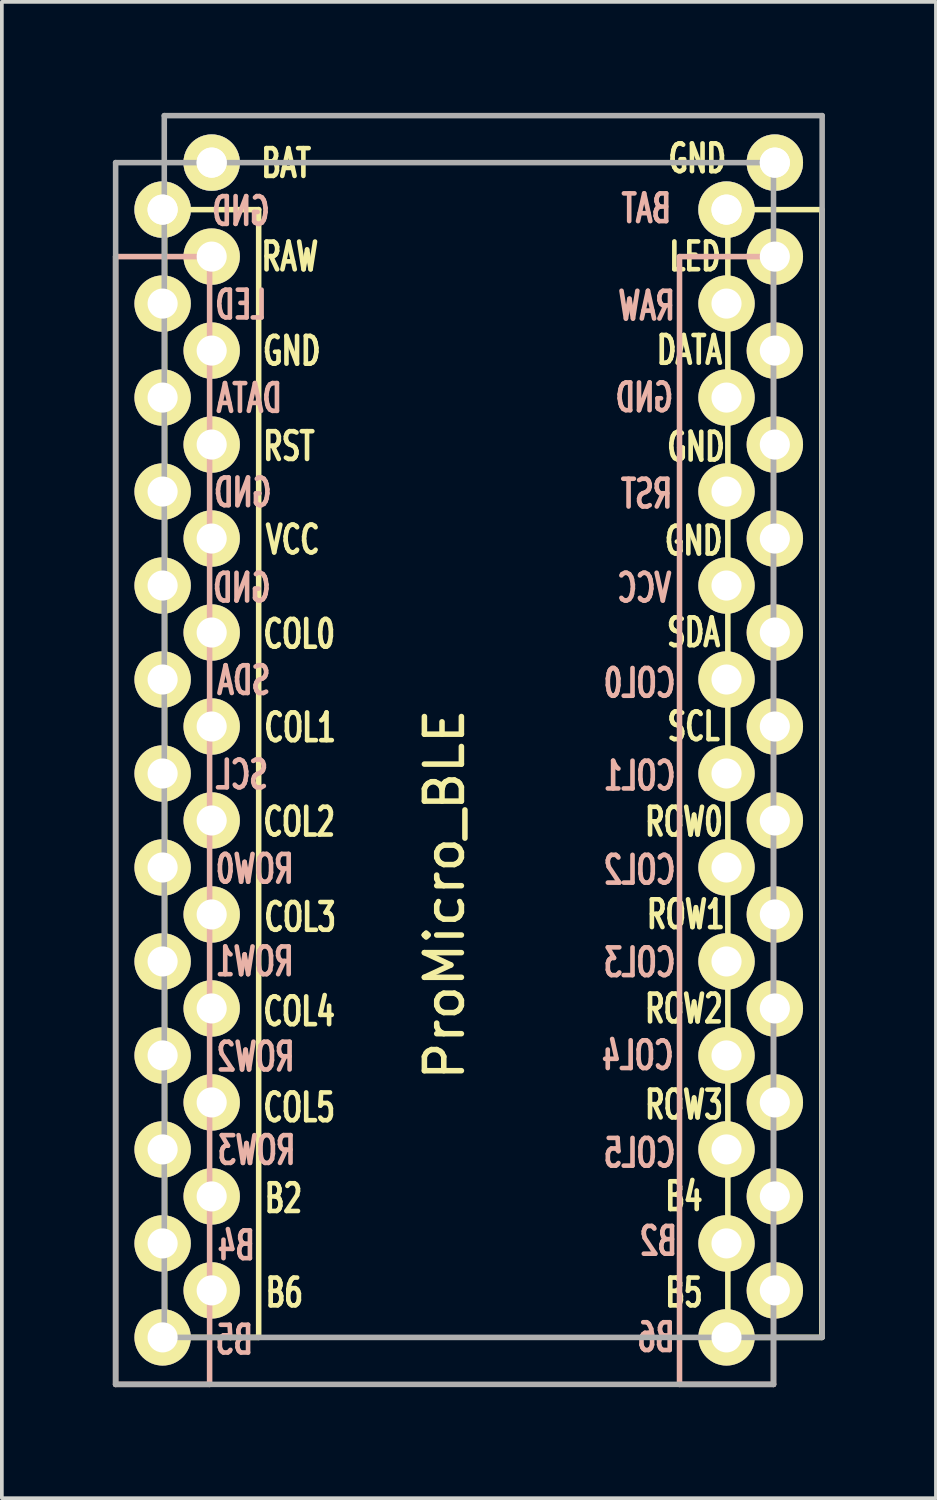
<source format=kicad_pcb>
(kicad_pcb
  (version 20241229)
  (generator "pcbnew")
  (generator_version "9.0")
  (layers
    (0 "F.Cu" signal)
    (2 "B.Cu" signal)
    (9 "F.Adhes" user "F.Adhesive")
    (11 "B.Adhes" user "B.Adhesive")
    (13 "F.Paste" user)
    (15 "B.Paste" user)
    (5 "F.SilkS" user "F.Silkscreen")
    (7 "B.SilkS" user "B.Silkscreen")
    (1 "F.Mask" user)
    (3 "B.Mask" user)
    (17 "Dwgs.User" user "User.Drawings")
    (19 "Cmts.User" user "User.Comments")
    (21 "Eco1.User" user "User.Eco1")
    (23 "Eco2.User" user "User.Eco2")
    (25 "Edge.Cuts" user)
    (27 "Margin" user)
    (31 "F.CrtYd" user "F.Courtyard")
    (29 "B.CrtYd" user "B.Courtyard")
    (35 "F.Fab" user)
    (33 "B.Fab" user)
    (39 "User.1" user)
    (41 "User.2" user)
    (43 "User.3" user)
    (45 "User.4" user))
  (footprint "ProMicro_BLE"
    (layer "F.Cu")
    (at 10.235 18.363)
    (property "Reference" "ProMicro_BLE" (at -1.27 2.762 270) (layer "F.SilkS") (effects (font (size 1 1) (thickness 0.15))))
    (attr through_hole)
    (fp_line (start -8.834 -15.748) (end -6.294 -15.748) (stroke (width 0.15) (type solid)) (layer "F.SilkS"))
    (fp_line (start -8.834 14.732) (end -8.834 -15.748) (stroke (width 0.15) (type solid)) (layer "F.SilkS"))
    (fp_line (start -6.294 -15.748) (end -6.294 14.732) (stroke (width 0.15) (type solid)) (layer "F.SilkS"))
    (fp_line (start -6.294 14.732) (end -8.834 14.732) (stroke (width 0.15) (type solid)) (layer "F.SilkS"))
    (fp_line (start 6.386 -15.748) (end 8.926 -15.748) (stroke (width 0.15) (type solid)) (layer "F.SilkS"))
    (fp_line (start 6.386 14.732) (end 6.386 -15.748) (stroke (width 0.15) (type solid)) (layer "F.SilkS"))
    (fp_line (start 8.926 -15.748) (end 8.926 14.732) (stroke (width 0.15) (type solid)) (layer "F.SilkS"))
    (fp_line (start 8.926 14.732) (end 6.386 14.732) (stroke (width 0.15) (type solid)) (layer "F.SilkS"))
    (fp_line (start -10.16 -14.478) (end -7.62 -14.478) (stroke (width 0.15) (type solid)) (layer "B.SilkS"))
    (fp_line (start -10.16 16.002) (end -10.16 -14.478) (stroke (width 0.15) (type solid)) (layer "B.SilkS"))
    (fp_line (start -7.62 -14.478) (end -7.62 16.002) (stroke (width 0.15) (type solid)) (layer "B.SilkS"))
    (fp_line (start -7.62 16.002) (end -10.16 16.002) (stroke (width 0.15) (type solid)) (layer "B.SilkS"))
    (fp_line (start 5.08 -14.478) (end 7.62 -14.478) (stroke (width 0.15) (type solid)) (layer "B.SilkS"))
    (fp_line (start 5.08 16.002) (end 5.08 -14.478) (stroke (width 0.15) (type solid)) (layer "B.SilkS"))
    (fp_line (start 7.62 -14.478) (end 7.62 16.002) (stroke (width 0.15) (type solid)) (layer "B.SilkS"))
    (fp_line (start 7.62 16.002) (end 5.08 16.002) (stroke (width 0.15) (type solid)) (layer "B.SilkS"))
    (fp_line (start -10.16 -17.018) (end 7.62 -17.018) (stroke (width 0.15) (type solid)) (layer "F.Fab"))
    (fp_line (start -10.16 16.002) (end -10.16 -17.018) (stroke (width 0.15) (type solid)) (layer "F.Fab"))
    (fp_line (start -8.845 -18.288) (end 8.935 -18.288) (stroke (width 0.15) (type solid)) (layer "F.Fab"))
    (fp_line (start -8.845 14.732) (end -8.845 -18.288) (stroke (width 0.15) (type solid)) (layer "F.Fab"))
    (fp_line (start 7.62 -17.018) (end 7.62 16.002) (stroke (width 0.15) (type solid)) (layer "F.Fab"))
    (fp_line (start 7.62 16.002) (end -10.16 16.002) (stroke (width 0.15) (type solid)) (layer "F.Fab"))
    (fp_line (start 8.935 -18.288) (end 8.935 14.732) (stroke (width 0.15) (type solid)) (layer "F.Fab"))
    (fp_line (start 8.935 14.732) (end -8.845 14.732) (stroke (width 0.15) (type solid)) (layer "F.Fab"))
    (fp_text user "SDA" (at 5.461 -4.318 0) (layer "F.SilkS") (effects (font (size 0.75 0.5) (thickness 0.125))))
    (fp_text user "SCL" (at 5.461 -1.778 0) (layer "F.SilkS") (effects (font (size 0.75 0.5) (thickness 0.125))))
    (fp_text user "ROW2" (at 5.2 5.85 0) (layer "F.SilkS") (effects (font (size 0.75 0.5) (thickness 0.125))))
    (fp_text user "B5" (at 5.2 13.525 0) (layer "F.SilkS") (effects (font (size 0.75 0.5) (thickness 0.125))))
    (fp_text user "RAW" (at -5.45 -14.475 0) (layer "F.SilkS") (effects (font (size 0.75 0.5) (thickness 0.125))))
    (fp_text user "COL2" (at -5.2 0.8 0) (layer "F.SilkS") (effects (font (size 0.75 0.5) (thickness 0.125))))
    (fp_text user "B2" (at -5.625 10.975 0) (layer "F.SilkS") (effects (font (size 0.75 0.5) (thickness 0.125))))
    (fp_text user "" (at -0.5 -17.25 0) (layer "F.SilkS") (effects (font (size 1 1) (thickness 0.15))))
    (fp_text user "ROW0" (at 5.2 0.8 0) (layer "F.SilkS") (effects (font (size 0.75 0.5) (thickness 0.125))))
    (fp_text user "ROW3" (at 5.2 8.445 0) (layer "F.SilkS") (effects (font (size 0.75 0.5) (thickness 0.125))))
    (fp_text user "COL0" (at -5.2 -4.275 0) (layer "F.SilkS") (effects (font (size 0.75 0.5) (thickness 0.125))))
    (fp_text user "DATA" (at 5.35 -11.95 0) (layer "F.SilkS") (effects (font (size 0.75 0.5) (thickness 0.125))))
    (fp_text user "COL4" (at -5.2 5.925 0) (layer "F.SilkS") (effects (font (size 0.75 0.5) (thickness 0.125))))
    (fp_text user "B6" (at -5.6 13.525 0) (layer "F.SilkS") (effects (font (size 0.75 0.5) (thickness 0.125))))
    (fp_text user "GND" (at -5.4 -11.925 0) (layer "F.SilkS") (effects (font (size 0.75 0.5) (thickness 0.125))))
    (fp_text user "ROW1" (at 5.25 3.302 0) (layer "F.SilkS") (effects (font (size 0.75 0.5) (thickness 0.125))))
    (fp_text user "COL1" (at -5.175 -1.75 0) (layer "F.SilkS") (effects (font (size 0.75 0.5) (thickness 0.125))))
    (fp_text user "B4" (at 5.2 10.922 0) (layer "F.SilkS") (effects (font (size 0.75 0.5) (thickness 0.125))))
    (fp_text user "GND" (at 5.559 -17.128 0) (layer "F.SilkS") (effects (font (size 0.75 0.5) (thickness 0.125))))
    (fp_text user "COL5" (at -5.2 8.521 0) (layer "F.SilkS") (effects (font (size 0.75 0.5) (thickness 0.125))))
    (fp_text user "GND" (at 5.461 -6.795 0) (layer "F.SilkS") (effects (font (size 0.75 0.5) (thickness 0.125))))
    (fp_text user "LED" (at 5.5 -14.478 0) (layer "F.SilkS") (effects (font (size 0.75 0.5) (thickness 0.125))))
    (fp_text user "COL3" (at -5.175 3.375 0) (layer "F.SilkS") (effects (font (size 0.75 0.5) (thickness 0.125))))
    (fp_text user "VCC" (at -5.375 -6.825 0) (layer "F.SilkS") (effects (font (size 0.75 0.5) (thickness 0.125))))
    (fp_text user "BAT" (at -5.55 -17 0) (layer "F.SilkS") (effects (font (size 0.75 0.5) (thickness 0.125))))
    (fp_text user "RST" (at -5.475 -9.35 0) (layer "F.SilkS") (effects (font (size 0.75 0.5) (thickness 0.125))))
    (fp_text user "GND" (at 5.524 -9.335 0) (layer "F.SilkS") (effects (font (size 0.75 0.5) (thickness 0.125))))
    (fp_text user "ROW3" (at -6.35 9.675 0) (layer "B.SilkS") (effects (font (size 0.75 0.5) (thickness 0.125)) (justify mirror)))
    (fp_text user "GND" (at -6.775 -15.703 0) (layer "B.SilkS") (effects (font (size 0.75 0.5) (thickness 0.125)) (justify mirror)))
    (fp_text user "" (at -1.206 -16.256 0) (layer "B.SilkS") (effects (font (size 1 1) (thickness 0.15)) (justify mirror)))
    (fp_text user "B4" (at -6.9 12.25 0) (layer "B.SilkS") (effects (font (size 0.75 0.5) (thickness 0.125)) (justify mirror)))
    (fp_text user "VCC" (at 4.128 -5.524 0) (layer "B.SilkS") (effects (font (size 0.75 0.5) (thickness 0.125)) (justify mirror)))
    (fp_text user "ROW1" (at -6.4 4.575 0) (layer "B.SilkS") (effects (font (size 0.75 0.5) (thickness 0.125)) (justify mirror)))
    (fp_text user "B6" (at 4.445 14.732 0) (layer "B.SilkS") (effects (font (size 0.75 0.5) (thickness 0.125)) (justify mirror)))
    (fp_text user "COL1" (at 4 -0.445 0) (layer "B.SilkS") (effects (font (size 0.75 0.5) (thickness 0.125)) (justify mirror)))
    (fp_text user "GND" (at -6.75 -5.524 0) (layer "B.SilkS") (effects (font (size 0.75 0.5) (thickness 0.125)) (justify mirror)))
    (fp_text user "COL4" (at 3.95 7.112 0) (layer "B.SilkS") (effects (font (size 0.75 0.5) (thickness 0.125)) (justify mirror)))
    (fp_text user "SDA" (at -6.7 -3.025 0) (layer "B.SilkS") (effects (font (size 0.75 0.5) (thickness 0.125)) (justify mirror)))
    (fp_text user "B5" (at -6.95 14.8 0) (layer "B.SilkS") (effects (font (size 0.75 0.5) (thickness 0.125)) (justify mirror)))
    (fp_text user "SCL" (at -6.75 -0.475 0) (layer "B.SilkS") (effects (font (size 0.75 0.5) (thickness 0.125)) (justify mirror)))
    (fp_text user "DATA" (at -6.55 -10.65 0) (layer "B.SilkS") (effects (font (size 0.75 0.5) (thickness 0.125)) (justify mirror)))
    (fp_text user "ROW2" (at -6.375 7.15 0) (layer "B.SilkS") (effects (font (size 0.75 0.5) (thickness 0.125)) (justify mirror)))
    (fp_text user "B2" (at 4.508 12.129 0) (layer "B.SilkS") (effects (font (size 0.75 0.5) (thickness 0.125)) (justify mirror)))
    (fp_text user "COL0" (at 4 -2.95 0) (layer "B.SilkS") (effects (font (size 0.75 0.5) (thickness 0.125)) (justify mirror)))
    (fp_text user "RAW" (at 4.191 -13.145 0) (layer "B.SilkS") (effects (font (size 0.75 0.5) (thickness 0.125)) (justify mirror)))
    (fp_text user "COL5" (at 4 9.75 0) (layer "B.SilkS") (effects (font (size 0.75 0.5) (thickness 0.125)) (justify mirror)))
    (fp_text user "COL2" (at 4 2.1 0) (layer "B.SilkS") (effects (font (size 0.75 0.5) (thickness 0.125)) (justify mirror)))
    (fp_text user "GND" (at 4.128 -10.668 0) (layer "B.SilkS") (effects (font (size 0.75 0.5) (thickness 0.125)) (justify mirror)))
    (fp_text user "LED" (at -6.775 -13.175 0) (layer "B.SilkS") (effects (font (size 0.75 0.5) (thickness 0.125)) (justify mirror)))
    (fp_text user "GND" (at -6.725 -8.1 0) (layer "B.SilkS") (effects (font (size 0.75 0.5) (thickness 0.125)) (justify mirror)))
    (fp_text user "BAT" (at 4.184 -15.778 0) (layer "B.SilkS") (effects (font (size 0.75 0.5) (thickness 0.125)) (justify mirror)))
    (fp_text user "RST" (at 4.191 -8.065 0) (layer "B.SilkS") (effects (font (size 0.75 0.5) (thickness 0.125)) (justify mirror)))
    (fp_text user "ROW0" (at -6.4 2.075 0) (layer "B.SilkS") (effects (font (size 0.75 0.5) (thickness 0.125)) (justify mirror)))
    (fp_text user "COL3" (at 4 4.6 0) (layer "B.SilkS") (effects (font (size 0.75 0.5) (thickness 0.125)) (justify mirror)))
    (pad "0" thru_hole circle (at -8.89 -15.748) (size 1.524 1.524) (drill 0.813) (layers "*.Cu" "*.Mask" "F.SilkS"))
    (pad "0" thru_hole circle (at -8.89 -15.748) (size 1.524 1.524) (drill 0.813) (layers "*.Cu" "*.Mask"))
    (pad "0" thru_hole circle (at 7.656 -17.018) (size 1.524 1.524) (drill 0.813) (layers "*.Cu" "*.Mask" "F.SilkS"))
    (pad "0" thru_hole circle (at 7.656 -17.018) (size 1.524 1.524) (drill 0.813) (layers "*.Cu" "*.Mask"))
    (pad "1" thru_hole circle (at -8.89 -13.208) (size 1.524 1.524) (drill 0.813) (layers "*.Cu" "*.Mask" "F.SilkS"))
    (pad "1" thru_hole circle (at 7.656 -14.478) (size 1.524 1.524) (drill 0.813) (layers "*.Cu" "*.Mask" "F.SilkS"))
    (pad "2" thru_hole circle (at -8.89 -10.668) (size 1.524 1.524) (drill 0.813) (layers "*.Cu" "*.Mask" "F.SilkS"))
    (pad "2" thru_hole circle (at 7.656 -11.938) (size 1.524 1.524) (drill 0.813) (layers "*.Cu" "*.Mask" "F.SilkS"))
    (pad "3" thru_hole circle (at -8.89 -8.128) (size 1.524 1.524) (drill 0.813) (layers "*.Cu" "*.Mask" "F.SilkS"))
    (pad "3" thru_hole circle (at 7.656 -9.398) (size 1.524 1.524) (drill 0.813) (layers "*.Cu" "*.Mask" "F.SilkS"))
    (pad "4" thru_hole circle (at -8.89 -5.588) (size 1.524 1.524) (drill 0.813) (layers "*.Cu" "*.Mask" "F.SilkS"))
    (pad "4" thru_hole circle (at 7.656 -6.858) (size 1.524 1.524) (drill 0.813) (layers "*.Cu" "*.Mask" "F.SilkS"))
    (pad "5" thru_hole circle (at -8.89 -3.048) (size 1.524 1.524) (drill 0.813) (layers "*.Cu" "*.Mask" "F.SilkS"))
    (pad "5" thru_hole circle (at 7.656 -4.318) (size 1.524 1.524) (drill 0.813) (layers "*.Cu" "*.Mask" "F.SilkS"))
    (pad "6" thru_hole circle (at -8.89 -0.508) (size 1.524 1.524) (drill 0.813) (layers "*.Cu" "*.Mask" "F.SilkS"))
    (pad "6" thru_hole circle (at 7.656 -1.778) (size 1.524 1.524) (drill 0.813) (layers "*.Cu" "*.Mask" "F.SilkS"))
    (pad "7" thru_hole circle (at -8.89 2.032) (size 1.524 1.524) (drill 0.813) (layers "*.Cu" "*.Mask" "F.SilkS"))
    (pad "7" thru_hole circle (at 7.656 0.762) (size 1.524 1.524) (drill 0.813) (layers "*.Cu" "*.Mask" "F.SilkS"))
    (pad "8" thru_hole circle (at -8.89 4.572) (size 1.524 1.524) (drill 0.813) (layers "*.Cu" "*.Mask" "F.SilkS"))
    (pad "8" thru_hole circle (at 7.656 3.302) (size 1.524 1.524) (drill 0.813) (layers "*.Cu" "*.Mask" "F.SilkS"))
    (pad "9" thru_hole circle (at -8.89 7.112) (size 1.524 1.524) (drill 0.813) (layers "*.Cu" "*.Mask" "F.SilkS"))
    (pad "9" thru_hole circle (at 7.656 5.842) (size 1.524 1.524) (drill 0.813) (layers "*.Cu" "*.Mask" "F.SilkS"))
    (pad "10" thru_hole circle (at -8.89 9.652) (size 1.524 1.524) (drill 0.813) (layers "*.Cu" "*.Mask" "F.SilkS"))
    (pad "10" thru_hole circle (at 7.656 8.382) (size 1.524 1.524) (drill 0.813) (layers "*.Cu" "*.Mask" "F.SilkS"))
    (pad "11" thru_hole circle (at -8.89 12.192) (size 1.524 1.524) (drill 0.813) (layers "*.Cu" "*.Mask" "F.SilkS"))
    (pad "11" thru_hole circle (at 7.656 10.922) (size 1.524 1.524) (drill 0.813) (layers "*.Cu" "*.Mask" "F.SilkS"))
    (pad "12" thru_hole circle (at -8.89 14.732) (size 1.524 1.524) (drill 0.813) (layers "*.Cu" "*.Mask" "F.SilkS"))
    (pad "12" thru_hole circle (at 7.656 13.462) (size 1.524 1.524) (drill 0.813) (layers "*.Cu" "*.Mask" "F.SilkS"))
    (pad "13" thru_hole circle (at -7.564 13.462) (size 1.524 1.524) (drill 0.813) (layers "*.Cu" "*.Mask" "F.SilkS"))
    (pad "13" thru_hole circle (at 6.35 14.732) (size 1.524 1.524) (drill 0.813) (layers "*.Cu" "*.Mask" "F.SilkS"))
    (pad "14" thru_hole circle (at -7.564 10.922) (size 1.524 1.524) (drill 0.813) (layers "*.Cu" "*.Mask" "F.SilkS"))
    (pad "14" thru_hole circle (at 6.35 12.192) (size 1.524 1.524) (drill 0.813) (layers "*.Cu" "*.Mask" "F.SilkS"))
    (pad "15" thru_hole circle (at -7.564 8.382) (size 1.524 1.524) (drill 0.813) (layers "*.Cu" "*.Mask" "F.SilkS"))
    (pad "15" thru_hole circle (at 6.35 9.652) (size 1.524 1.524) (drill 0.813) (layers "*.Cu" "*.Mask" "F.SilkS"))
    (pad "16" thru_hole circle (at -7.564 5.842) (size 1.524 1.524) (drill 0.813) (layers "*.Cu" "*.Mask" "F.SilkS"))
    (pad "16" thru_hole circle (at 6.35 7.112) (size 1.524 1.524) (drill 0.813) (layers "*.Cu" "*.Mask" "F.SilkS"))
    (pad "17" thru_hole circle (at -7.564 3.302) (size 1.524 1.524) (drill 0.813) (layers "*.Cu" "*.Mask" "F.SilkS"))
    (pad "17" thru_hole circle (at 6.35 4.572) (size 1.524 1.524) (drill 0.813) (layers "*.Cu" "*.Mask" "F.SilkS"))
    (pad "18" thru_hole circle (at -7.564 0.762) (size 1.524 1.524) (drill 0.813) (layers "*.Cu" "*.Mask" "F.SilkS"))
    (pad "18" thru_hole circle (at 6.35 2.032) (size 1.524 1.524) (drill 0.813) (layers "*.Cu" "*.Mask" "F.SilkS"))
    (pad "19" thru_hole circle (at -7.564 -1.778) (size 1.524 1.524) (drill 0.813) (layers "*.Cu" "*.Mask" "F.SilkS"))
    (pad "19" thru_hole circle (at 6.35 -0.508) (size 1.524 1.524) (drill 0.813) (layers "*.Cu" "*.Mask" "F.SilkS"))
    (pad "20" thru_hole circle (at -7.564 -4.318) (size 1.524 1.524) (drill 0.813) (layers "*.Cu" "*.Mask" "F.SilkS"))
    (pad "20" thru_hole circle (at 6.35 -3.048) (size 1.524 1.524) (drill 0.813) (layers "*.Cu" "*.Mask" "F.SilkS"))
    (pad "21" thru_hole circle (at -7.564 -6.858) (size 1.524 1.524) (drill 0.813) (layers "*.Cu" "*.Mask" "F.SilkS"))
    (pad "21" thru_hole circle (at 6.35 -5.588) (size 1.524 1.524) (drill 0.813) (layers "*.Cu" "*.Mask" "F.SilkS"))
    (pad "22" thru_hole circle (at -7.564 -9.398) (size 1.524 1.524) (drill 0.813) (layers "*.Cu" "*.Mask" "F.SilkS"))
    (pad "22" thru_hole circle (at 6.35 -8.128) (size 1.524 1.524) (drill 0.813) (layers "*.Cu" "*.Mask" "F.SilkS"))
    (pad "23" thru_hole circle (at -7.564 -11.938) (size 1.524 1.524) (drill 0.813) (layers "*.Cu" "*.Mask" "F.SilkS"))
    (pad "23" thru_hole circle (at 6.35 -10.668) (size 1.524 1.524) (drill 0.813) (layers "*.Cu" "*.Mask" "F.SilkS"))
    (pad "24" thru_hole circle (at -7.564 -14.478) (size 1.524 1.524) (drill 0.813) (layers "*.Cu" "*.Mask" "F.SilkS"))
    (pad "24" thru_hole circle (at 6.35 -13.208) (size 1.524 1.524) (drill 0.813) (layers "*.Cu" "*.Mask" "F.SilkS"))
    (pad "25" thru_hole circle (at -7.564 -17.018) (size 1.524 1.524) (drill 0.813) (layers "*.Cu" "*.Mask" "F.SilkS"))
    (pad "25" thru_hole circle (at -7.564 -17.018) (size 1.524 1.524) (drill 0.813) (layers "*.Cu" "*.Mask" "B.Adhes"))
    (pad "25" thru_hole circle (at 6.35 -15.748) (size 1.524 1.524) (drill 0.813) (layers "*.Cu" "*.Mask" "F.SilkS"))
    (pad "25" thru_hole circle (at 6.35 -15.748) (size 1.524 1.524) (drill 0.813) (layers "*.Cu" "*.Mask" "B.Adhes")))
  (gr_rect
    (start -3 -3)
    (end 22.245 37.44)
    (stroke (width 0.1) (type default))
    (fill no)
    (layer "Edge.Cuts")))
</source>
